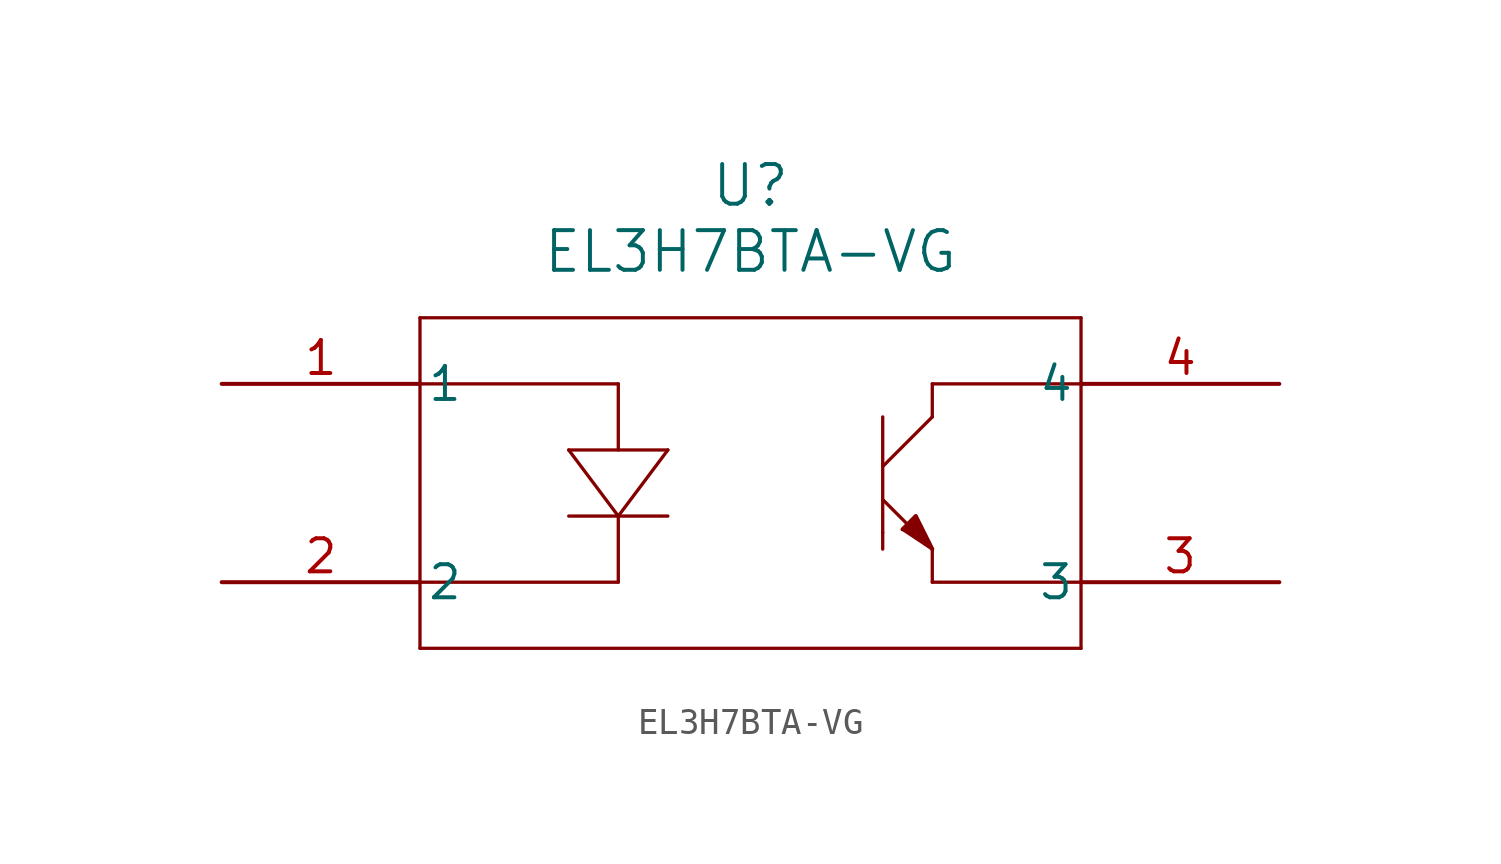
<source format=kicad_sym>
(kicad_symbol_lib
  (version 20220914)
  (generator kicad_symbol_editor)
  (symbol "EL3H7BTA-VG"
    (pin_names
      (offset 0.254))
    (property "Reference" "U"
      (at 20.32 10.16 0)
      (effects (font (size 1.524 1.524))))
    (property "Value" "EL3H7BTA-VG"
      (at 20.32 7.62 0)
      (effects (font (size 1.524 1.524))))
    (property "ki_locked" ""
      (at 0 0 0)
      (effects (font (size 1.27 1.27))))
    (symbol "EL3H7BTA-VG_0_1"
      (polyline (pts (xy 7.62 -7.62) (xy 33.02 -7.62)) (stroke (width 0.127) (type default)) (fill (type none)))
      (polyline (pts (xy 7.62 -5.08) (xy 15.24 -5.08)) (stroke (width 0.127) (type default)) (fill (type none)))
      (polyline (pts (xy 7.62 2.54) (xy 15.24 2.54)) (stroke (width 0.127) (type default)) (fill (type none)))
      (polyline (pts (xy 7.62 5.08) (xy 7.62 -7.62)) (stroke (width 0.127) (type default)) (fill (type none)))
      (polyline (pts (xy 13.335 -2.54) (xy 17.145 -2.54)) (stroke (width 0.127) (type default)) (fill (type none)))
      (polyline (pts (xy 13.335 0) (xy 17.145 0)) (stroke (width 0.127) (type default)) (fill (type none)))
      (polyline (pts (xy 15.24 -5.08) (xy 15.24 -2.54)) (stroke (width 0.127) (type default)) (fill (type none)))
      (polyline (pts (xy 15.24 -2.54) (xy 13.335 0)) (stroke (width 0.127) (type default)) (fill (type none)))
      (polyline (pts (xy 15.24 -2.54) (xy 17.145 0)) (stroke (width 0.127) (type default)) (fill (type none)))
      (polyline (pts (xy 15.24 2.54) (xy 15.24 0)) (stroke (width 0.127) (type default)) (fill (type none)))
      (polyline (pts (xy 25.4 -3.175) (xy 25.4 -3.81)) (stroke (width 0.127) (type default)) (fill (type none)))
      (polyline (pts (xy 25.4 -1.905) (xy 27.305 -3.81)) (stroke (width 0.127) (type default)) (fill (type none)))
      (polyline (pts (xy 25.4 -0.635) (xy 25.4 -3.175)) (stroke (width 0.127) (type default)) (fill (type none)))
      (polyline (pts (xy 25.4 -0.635) (xy 25.4 1.27)) (stroke (width 0.127) (type default)) (fill (type none)))
      (polyline (pts (xy 26.162 -3.048) (xy 27.305 -3.81)) (stroke (width 0.127) (type default)) (fill (type none)))
      (polyline (pts (xy 26.67 -2.54) (xy 26.162 -3.048)) (stroke (width 0.127) (type default)) (fill (type none)))
      (polyline (pts (xy 27.305 -5.08) (xy 27.305 -3.81)) (stroke (width 0.127) (type default)) (fill (type none)))
      (polyline (pts (xy 27.305 -3.81) (xy 26.67 -2.54)) (stroke (width 0.127) (type default)) (fill (type none)))
      (polyline (pts (xy 27.305 1.27) (xy 25.4 -0.635)) (stroke (width 0.127) (type default)) (fill (type none)))
      (polyline (pts (xy 27.305 2.54) (xy 27.305 1.27)) (stroke (width 0.127) (type default)) (fill (type none)))
      (polyline (pts (xy 33.02 -7.62) (xy 33.02 5.08)) (stroke (width 0.127) (type default)) (fill (type none)))
      (polyline (pts (xy 33.02 -5.08) (xy 27.305 -5.08)) (stroke (width 0.127) (type default)) (fill (type none)))
      (polyline (pts (xy 33.02 2.54) (xy 27.305 2.54)) (stroke (width 0.127) (type default)) (fill (type none)))
      (polyline (pts (xy 33.02 5.08) (xy 7.62 5.08)) (stroke (width 0.127) (type default)) (fill (type none)))
      (polyline (pts (xy 26.162 -3.048) (xy 26.67 -2.54) (xy 27.305 -3.81)) (stroke (width 0) (type default)) (fill (type outline)))
      (pin unspecified line (at 0 2.54 0) (length 7.62) (name "1" (effects (font (size 1.27 1.27)))) (number "1" (effects (font (size 1.27 1.27)))))
      (pin unspecified line (at 0 -5.08 0) (length 7.62) (name "2" (effects (font (size 1.27 1.27)))) (number "2" (effects (font (size 1.27 1.27)))))
      (pin unspecified line (at 40.64 -5.08 180) (length 7.62) (name "3" (effects (font (size 1.27 1.27)))) (number "3" (effects (font (size 1.27 1.27)))))
      (pin unspecified line (at 40.64 2.54 180) (length 7.62) (name "4" (effects (font (size 1.27 1.27)))) (number "4" (effects (font (size 1.27 1.27))))))))
</source>
